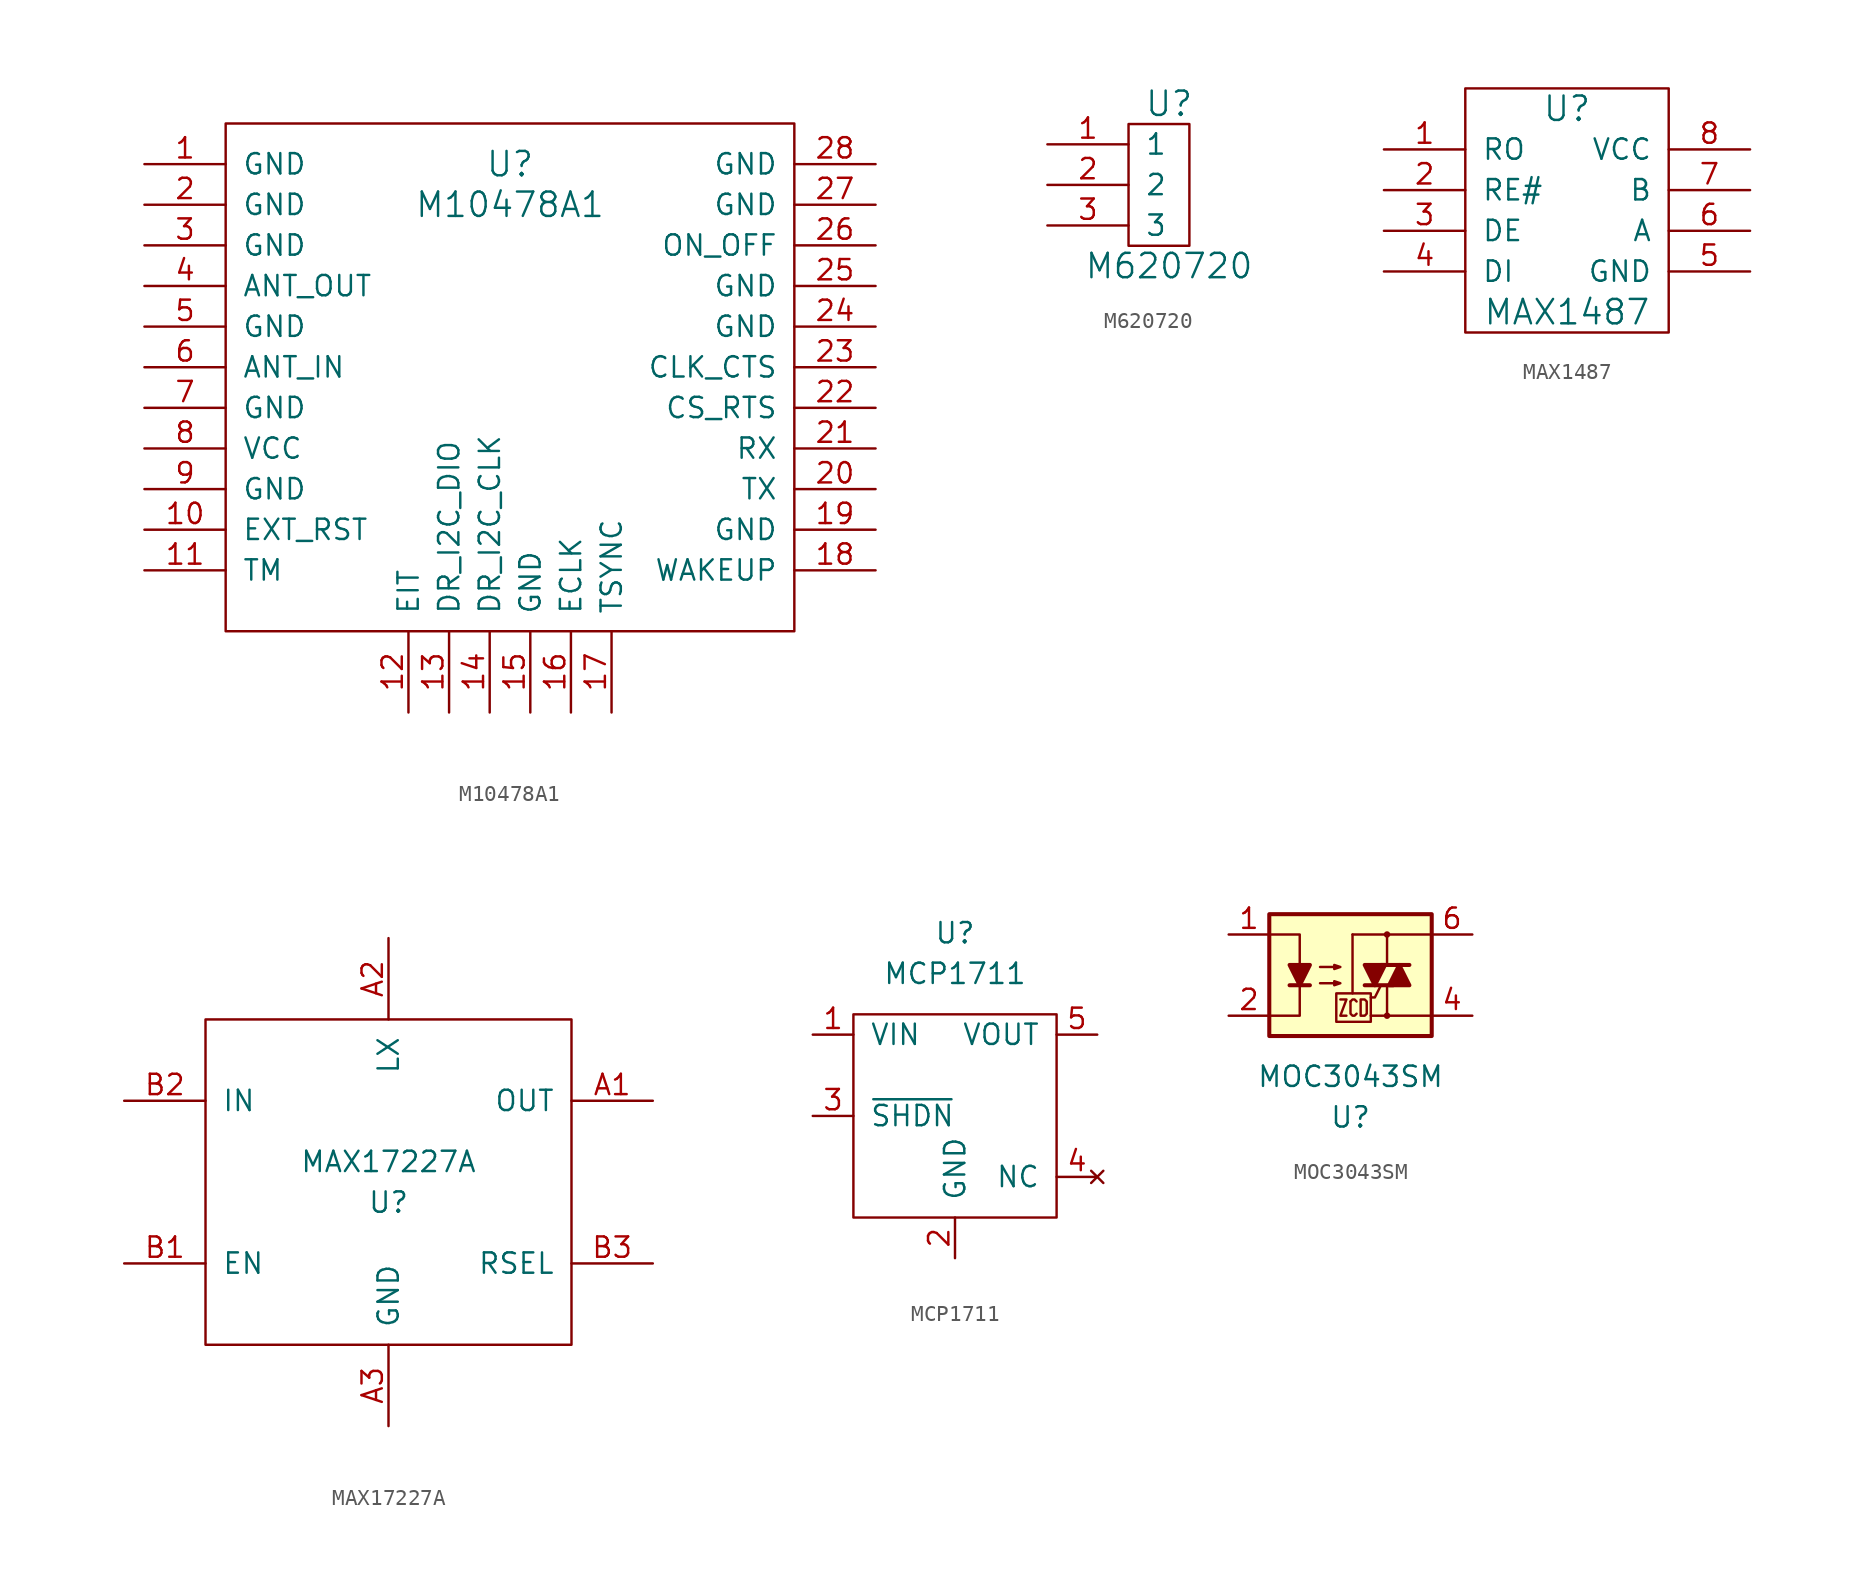
<source format=kicad_sym>
(kicad_symbol_lib
  (version 20211014)
  (generator kicad_symbol_editor)
  (symbol "M10478A1"
    (pin_names
      (offset 1.016))
    (property "Reference" "U"
      (at 0 12.7 0)
      (effects (font (size 1.524 1.524))))
    (property "Value" "M10478A1"
      (at 0 10.16 0)
      (effects (font (size 1.524 1.524))))
    (property "Footprint" ""
      (at -11.43 1.27 0)
      (effects (font (size 1.524 1.524))))
    (property "Datasheet" ""
      (at -11.43 1.27 0)
      (effects (font (size 1.524 1.524))))
    (symbol "M10478A1_0_1"
      (rectangle (start -17.78 15.24) (end 17.78 -16.51) (stroke (width 0) (type default) (color 0 0 0 0)) (fill (type none))))
    (symbol "M10478A1_1_1"
      (pin input line (at -22.86 12.7 0) (length 5.08) (name "GND" (effects (font (size 1.27 1.27)))) (number "1" (effects (font (size 1.27 1.27)))))
      (pin input line (at -22.86 -10.16 0) (length 5.08) (name "EXT_RST" (effects (font (size 1.27 1.27)))) (number "10" (effects (font (size 1.27 1.27)))))
      (pin input line (at -22.86 -12.7 0) (length 5.08) (name "TM" (effects (font (size 1.27 1.27)))) (number "11" (effects (font (size 1.27 1.27)))))
      (pin input line (at -6.35 -21.59 90) (length 5.08) (name "EIT" (effects (font (size 1.27 1.27)))) (number "12" (effects (font (size 1.27 1.27)))))
      (pin input line (at -3.81 -21.59 90) (length 5.08) (name "DR_I2C_DIO" (effects (font (size 1.27 1.27)))) (number "13" (effects (font (size 1.27 1.27)))))
      (pin input line (at -1.27 -21.59 90) (length 5.08) (name "DR_I2C_CLK" (effects (font (size 1.27 1.27)))) (number "14" (effects (font (size 1.27 1.27)))))
      (pin input line (at 1.27 -21.59 90) (length 5.08) (name "GND" (effects (font (size 1.27 1.27)))) (number "15" (effects (font (size 1.27 1.27)))))
      (pin input line (at 3.81 -21.59 90) (length 5.08) (name "ECLK" (effects (font (size 1.27 1.27)))) (number "16" (effects (font (size 1.27 1.27)))))
      (pin input line (at 6.35 -21.59 90) (length 5.08) (name "TSYNC" (effects (font (size 1.27 1.27)))) (number "17" (effects (font (size 1.27 1.27)))))
      (pin input line (at 22.86 -12.7 180) (length 5.08) (name "WAKEUP" (effects (font (size 1.27 1.27)))) (number "18" (effects (font (size 1.27 1.27)))))
      (pin input line (at 22.86 -10.16 180) (length 5.08) (name "GND" (effects (font (size 1.27 1.27)))) (number "19" (effects (font (size 1.27 1.27)))))
      (pin input line (at -22.86 10.16 0) (length 5.08) (name "GND" (effects (font (size 1.27 1.27)))) (number "2" (effects (font (size 1.27 1.27)))))
      (pin input line (at 22.86 -7.62 180) (length 5.08) (name "TX" (effects (font (size 1.27 1.27)))) (number "20" (effects (font (size 1.27 1.27)))))
      (pin input line (at 22.86 -5.08 180) (length 5.08) (name "RX" (effects (font (size 1.27 1.27)))) (number "21" (effects (font (size 1.27 1.27)))))
      (pin input line (at 22.86 -2.54 180) (length 5.08) (name "CS_RTS" (effects (font (size 1.27 1.27)))) (number "22" (effects (font (size 1.27 1.27)))))
      (pin input line (at 22.86 0 180) (length 5.08) (name "CLK_CTS" (effects (font (size 1.27 1.27)))) (number "23" (effects (font (size 1.27 1.27)))))
      (pin input line (at 22.86 2.54 180) (length 5.08) (name "GND" (effects (font (size 1.27 1.27)))) (number "24" (effects (font (size 1.27 1.27)))))
      (pin input line (at 22.86 5.08 180) (length 5.08) (name "GND" (effects (font (size 1.27 1.27)))) (number "25" (effects (font (size 1.27 1.27)))))
      (pin input line (at 22.86 7.62 180) (length 5.08) (name "ON_OFF" (effects (font (size 1.27 1.27)))) (number "26" (effects (font (size 1.27 1.27)))))
      (pin input line (at 22.86 10.16 180) (length 5.08) (name "GND" (effects (font (size 1.27 1.27)))) (number "27" (effects (font (size 1.27 1.27)))))
      (pin input line (at 22.86 12.7 180) (length 5.08) (name "GND" (effects (font (size 1.27 1.27)))) (number "28" (effects (font (size 1.27 1.27)))))
      (pin input line (at -22.86 7.62 0) (length 5.08) (name "GND" (effects (font (size 1.27 1.27)))) (number "3" (effects (font (size 1.27 1.27)))))
      (pin input line (at -22.86 5.08 0) (length 5.08) (name "ANT_OUT" (effects (font (size 1.27 1.27)))) (number "4" (effects (font (size 1.27 1.27)))))
      (pin input line (at -22.86 2.54 0) (length 5.08) (name "GND" (effects (font (size 1.27 1.27)))) (number "5" (effects (font (size 1.27 1.27)))))
      (pin input line (at -22.86 0 0) (length 5.08) (name "ANT_IN" (effects (font (size 1.27 1.27)))) (number "6" (effects (font (size 1.27 1.27)))))
      (pin input line (at -22.86 -2.54 0) (length 5.08) (name "GND" (effects (font (size 1.27 1.27)))) (number "7" (effects (font (size 1.27 1.27)))))
      (pin input line (at -22.86 -5.08 0) (length 5.08) (name "VCC" (effects (font (size 1.27 1.27)))) (number "8" (effects (font (size 1.27 1.27)))))
      (pin input line (at -22.86 -7.62 0) (length 5.08) (name "GND" (effects (font (size 1.27 1.27)))) (number "9" (effects (font (size 1.27 1.27)))))))
  (symbol "M620720"
    (pin_names
      (offset 1.016))
    (property "Reference" "U"
      (at 0 5.08 0)
      (effects (font (size 1.524 1.524))))
    (property "Value" "M620720"
      (at 0 -5.08 0)
      (effects (font (size 1.524 1.524))))
    (property "Footprint" ""
      (at 0 0 0)
      (effects (font (size 1.524 1.524))))
    (property "Datasheet" ""
      (at 0 0 0)
      (effects (font (size 1.524 1.524))))
    (symbol "M620720_0_1"
      (rectangle (start -2.54 3.81) (end 1.27 -3.81) (stroke (width 0) (type default) (color 0 0 0 0)) (fill (type none))))
    (symbol "M620720_1_1"
      (pin input line (at -7.62 2.54 0) (length 5.08) (name "1" (effects (font (size 1.27 1.27)))) (number "1" (effects (font (size 1.27 1.27)))))
      (pin input line (at -7.62 0 0) (length 5.08) (name "2" (effects (font (size 1.27 1.27)))) (number "2" (effects (font (size 1.27 1.27)))))
      (pin input line (at -7.62 -2.54 0) (length 5.08) (name "3" (effects (font (size 1.27 1.27)))) (number "3" (effects (font (size 1.27 1.27)))))))
  (symbol "MAX1487"
    (pin_names
      (offset 1.016))
    (property "Reference" "U"
      (at 0 6.35 0)
      (effects (font (size 1.524 1.524))))
    (property "Value" "MAX1487"
      (at 0 -6.35 0)
      (effects (font (size 1.524 1.524))))
    (symbol "MAX1487_0_1"
      (rectangle (start -6.35 -7.62) (end 6.35 7.62) (stroke (width 0) (type default) (color 0 0 0 0)) (fill (type none))))
    (symbol "MAX1487_1_1"
      (pin output line (at -11.43 3.81 0) (length 5.08) (name "RO" (effects (font (size 1.27 1.27)))) (number "1" (effects (font (size 1.27 1.27)))))
      (pin input line (at -11.43 1.27 0) (length 5.08) (name "RE#" (effects (font (size 1.27 1.27)))) (number "2" (effects (font (size 1.27 1.27)))))
      (pin input line (at -11.43 -1.27 0) (length 5.08) (name "DE" (effects (font (size 1.27 1.27)))) (number "3" (effects (font (size 1.27 1.27)))))
      (pin input line (at -11.43 -3.81 0) (length 5.08) (name "DI" (effects (font (size 1.27 1.27)))) (number "4" (effects (font (size 1.27 1.27)))))
      (pin power_in line (at 11.43 -3.81 180) (length 5.08) (name "GND" (effects (font (size 1.27 1.27)))) (number "5" (effects (font (size 1.27 1.27)))))
      (pin bidirectional line (at 11.43 -1.27 180) (length 5.08) (name "A" (effects (font (size 1.27 1.27)))) (number "6" (effects (font (size 1.27 1.27)))))
      (pin bidirectional line (at 11.43 1.27 180) (length 5.08) (name "B" (effects (font (size 1.27 1.27)))) (number "7" (effects (font (size 1.27 1.27)))))
      (pin power_in line (at 11.43 3.81 180) (length 5.08) (name "VCC" (effects (font (size 1.27 1.27)))) (number "8" (effects (font (size 1.27 1.27)))))))
  (symbol "MAX17227A"
    (pin_names
      (offset 1.016))
    (property "Reference" "U"
      (at 0 0 0)
      (effects (font (size 1.27 1.27))))
    (property "Value" "MAX17227A"
      (at 0 2.54 0)
      (effects (font (size 1.27 1.27))))
    (symbol "MAX17227A_0_1"
      (rectangle (start -11.43 11.43) (end 11.43 -8.89) (stroke (width 0) (type default) (color 0 0 0 0)) (fill (type none))))
    (symbol "MAX17227A_1_1"
      (pin output line (at 16.51 6.35 180) (length 5.08) (name "OUT" (effects (font (size 1.27 1.27)))) (number "A1" (effects (font (size 1.27 1.27)))))
      (pin input line (at 0 16.51 270) (length 5.08) (name "LX" (effects (font (size 1.27 1.27)))) (number "A2" (effects (font (size 1.27 1.27)))))
      (pin input line (at 0 -13.97 90) (length 5.08) (name "GND" (effects (font (size 1.27 1.27)))) (number "A3" (effects (font (size 1.27 1.27)))))
      (pin input line (at -16.51 -3.81 0) (length 5.08) (name "EN" (effects (font (size 1.27 1.27)))) (number "B1" (effects (font (size 1.27 1.27)))))
      (pin input line (at -16.51 6.35 0) (length 5.08) (name "IN" (effects (font (size 1.27 1.27)))) (number "B2" (effects (font (size 1.27 1.27)))))
      (pin input line (at 16.51 -3.81 180) (length 5.08) (name "RSEL" (effects (font (size 1.27 1.27)))) (number "B3" (effects (font (size 1.27 1.27)))))))
  (symbol "MCP1711"
    (pin_names
      (offset 1.016))
    (property "Reference" "U"
      (at 0 8.89 0)
      (effects (font (size 1.27 1.27))))
    (property "Value" "MCP1711"
      (at 0 6.35 0)
      (effects (font (size 1.27 1.27))))
    (symbol "MCP1711_0_1"
      (rectangle (start -6.35 3.81) (end 6.35 -8.89) (stroke (width 0) (type default) (color 0 0 0 0)) (fill (type none))))
    (symbol "MCP1711_1_1"
      (pin power_in line (at -8.89 2.54 0) (length 2.54) (name "VIN" (effects (font (size 1.27 1.27)))) (number "1" (effects (font (size 1.27 1.27)))))
      (pin power_in line (at 0 -11.43 90) (length 2.54) (name "GND" (effects (font (size 1.27 1.27)))) (number "2" (effects (font (size 1.27 1.27)))))
      (pin input line (at -8.89 -2.54 0) (length 2.54) (name "~{SHDN}" (effects (font (size 1.27 1.27)))) (number "3" (effects (font (size 1.27 1.27)))))
      (pin no_connect line (at 8.89 -6.35 180) (length 2.54) (name "NC" (effects (font (size 1.27 1.27)))) (number "4" (effects (font (size 1.27 1.27)))))
      (pin power_out line (at 8.89 2.54 180) (length 2.54) (name "VOUT" (effects (font (size 1.27 1.27)))) (number "5" (effects (font (size 1.27 1.27)))))))
  (symbol "MOC3043SM"
    (pin_names
      (offset 1.016))
    (property "Reference" "U"
      (at 0 -8.89 0)
      (effects (font (size 1.27 1.27))))
    (property "Value" "MOC3043SM"
      (at 0 -6.35 0)
      (effects (font (size 1.27 1.27))))
    (symbol "MOC3043SM_1_1"
      (rectangle (start -5.08 3.81) (end 5.08 -3.81) (stroke (width 0.254) (type default) (color 0 0 0 0)) (fill (type background)))
      (polyline (pts (xy -3.81 -0.635) (xy -2.54 -0.635)) (stroke (width 0.254) (type default) (color 0 0 0 0)) (fill (type none)))
      (polyline (pts (xy 0.127 -1.143) (xy 0.127 2.54)) (stroke (width 0) (type default) (color 0 0 0 0)) (fill (type none)))
      (polyline (pts (xy 0.127 2.54) (xy 2.286 2.54)) (stroke (width 0) (type default) (color 0 0 0 0)) (fill (type none)))
      (polyline (pts (xy 1.905 0.635) (xy 3.683 0.635)) (stroke (width 0.254) (type default) (color 0 0 0 0)) (fill (type none)))
      (polyline (pts (xy 2.286 -2.54) (xy 1.27 -2.54)) (stroke (width 0) (type default) (color 0 0 0 0)) (fill (type none)))
      (polyline (pts (xy 2.286 -2.54) (xy 2.286 -0.635)) (stroke (width 0) (type default) (color 0 0 0 0)) (fill (type none)))
      (polyline (pts (xy 2.286 -2.54) (xy 5.08 -2.54)) (stroke (width 0) (type default) (color 0 0 0 0)) (fill (type none)))
      (polyline (pts (xy 2.286 2.54) (xy 2.286 0.635)) (stroke (width 0) (type default) (color 0 0 0 0)) (fill (type none)))
      (polyline (pts (xy 2.286 2.54) (xy 5.08 2.54)) (stroke (width 0) (type default) (color 0 0 0 0)) (fill (type none)))
      (polyline (pts (xy 2.667 -0.635) (xy 0.889 -0.635)) (stroke (width 0.254) (type default) (color 0 0 0 0)) (fill (type none)))
      (polyline (pts (xy -5.08 2.54) (xy -3.175 2.54) (xy -3.175 0.635)) (stroke (width 0) (type default) (color 0 0 0 0)) (fill (type none)))
      (polyline (pts (xy -3.175 -0.635) (xy -3.175 -2.54) (xy -5.08 -2.54)) (stroke (width 0) (type default) (color 0 0 0 0)) (fill (type none)))
      (polyline (pts (xy 1.905 -0.635) (xy 1.524 -1.397) (xy 1.27 -1.397)) (stroke (width 0) (type default) (color 0 0 0 0)) (fill (type none)))
      (polyline (pts (xy -3.175 -0.635) (xy -3.81 0.635) (xy -2.54 0.635) (xy -3.175 -0.635)) (stroke (width 0.254) (type default) (color 0 0 0 0)) (fill (type outline)))
      (polyline (pts (xy -0.635 -1.524) (xy -0.254 -1.524) (xy -0.635 -2.54) (xy -0.254 -2.54)) (stroke (width 0) (type default) (color 0 0 0 0)) (fill (type none)))
      (polyline (pts (xy 0 -1.651) (xy 0.127 -1.524) (xy 0.254 -1.524) (xy 0.381 -1.651)) (stroke (width 0) (type default) (color 0 0 0 0)) (fill (type none)))
      (polyline (pts (xy 1.524 -0.635) (xy 2.159 0.635) (xy 0.889 0.635) (xy 1.524 -0.635)) (stroke (width 0.254) (type default) (color 0 0 0 0)) (fill (type outline)))
      (polyline (pts (xy 3.048 0.635) (xy 2.413 -0.635) (xy 3.683 -0.635) (xy 3.048 0.635)) (stroke (width 0.254) (type default) (color 0 0 0 0)) (fill (type outline)))
      (polyline (pts (xy -1.905 -0.508) (xy -0.635 -0.508) (xy -1.016 -0.635) (xy -1.016 -0.381) (xy -0.635 -0.508)) (stroke (width 0) (type default) (color 0 0 0 0)) (fill (type none)))
      (polyline (pts (xy -1.905 0.508) (xy -0.635 0.508) (xy -1.016 0.381) (xy -1.016 0.635) (xy -0.635 0.508)) (stroke (width 0) (type default) (color 0 0 0 0)) (fill (type none)))
      (polyline (pts (xy -0.889 -1.143) (xy -0.889 -2.921) (xy 1.27 -2.921) (xy 1.27 -1.143) (xy -0.889 -1.143)) (stroke (width 0) (type default) (color 0 0 0 0)) (fill (type none)))
      (polyline (pts (xy 0.381 -2.413) (xy 0.254 -2.54) (xy 0.127 -2.54) (xy 0 -2.413) (xy 0 -1.651)) (stroke (width 0) (type default) (color 0 0 0 0)) (fill (type none)))
      (polyline (pts (xy 0.635 -1.524) (xy 0.635 -2.54) (xy 0.889 -2.54) (xy 1.016 -2.413) (xy 1.016 -1.651) (xy 0.889 -1.524) (xy 0.635 -1.524)) (stroke (width 0) (type default) (color 0 0 0 0)) (fill (type none)))
      (circle (center 2.286 -2.54) (radius 0.127) (stroke (width 0) (type default) (color 0 0 0 0)) (fill (type none)))
      (circle (center 2.286 2.54) (radius 0.127) (stroke (width 0) (type default) (color 0 0 0 0)) (fill (type none)))
      (pin passive line (at -7.62 2.54 0) (length 2.54) (name "~" (effects (font (size 1.27 1.27)))) (number "1" (effects (font (size 1.27 1.27)))))
      (pin passive line (at -7.62 -2.54 0) (length 2.54) (name "~" (effects (font (size 1.27 1.27)))) (number "2" (effects (font (size 1.27 1.27)))))
      (pin no_connect line (at -7.62 0 0) (length 2.54) hide (name "NC" (effects (font (size 1.27 1.27)))) (number "3" (effects (font (size 1.27 1.27)))))
      (pin passive line (at 7.62 -2.54 180) (length 2.54) (name "~" (effects (font (size 1.27 1.27)))) (number "4" (effects (font (size 1.27 1.27)))))
      (pin no_connect line (at 7.62 0 180) (length 2.54) hide (name "NC" (effects (font (size 1.27 1.27)))) (number "5" (effects (font (size 1.27 1.27)))))
      (pin passive line (at 7.62 2.54 180) (length 2.54) (name "~" (effects (font (size 1.27 1.27)))) (number "6" (effects (font (size 1.27 1.27))))))))
</source>
